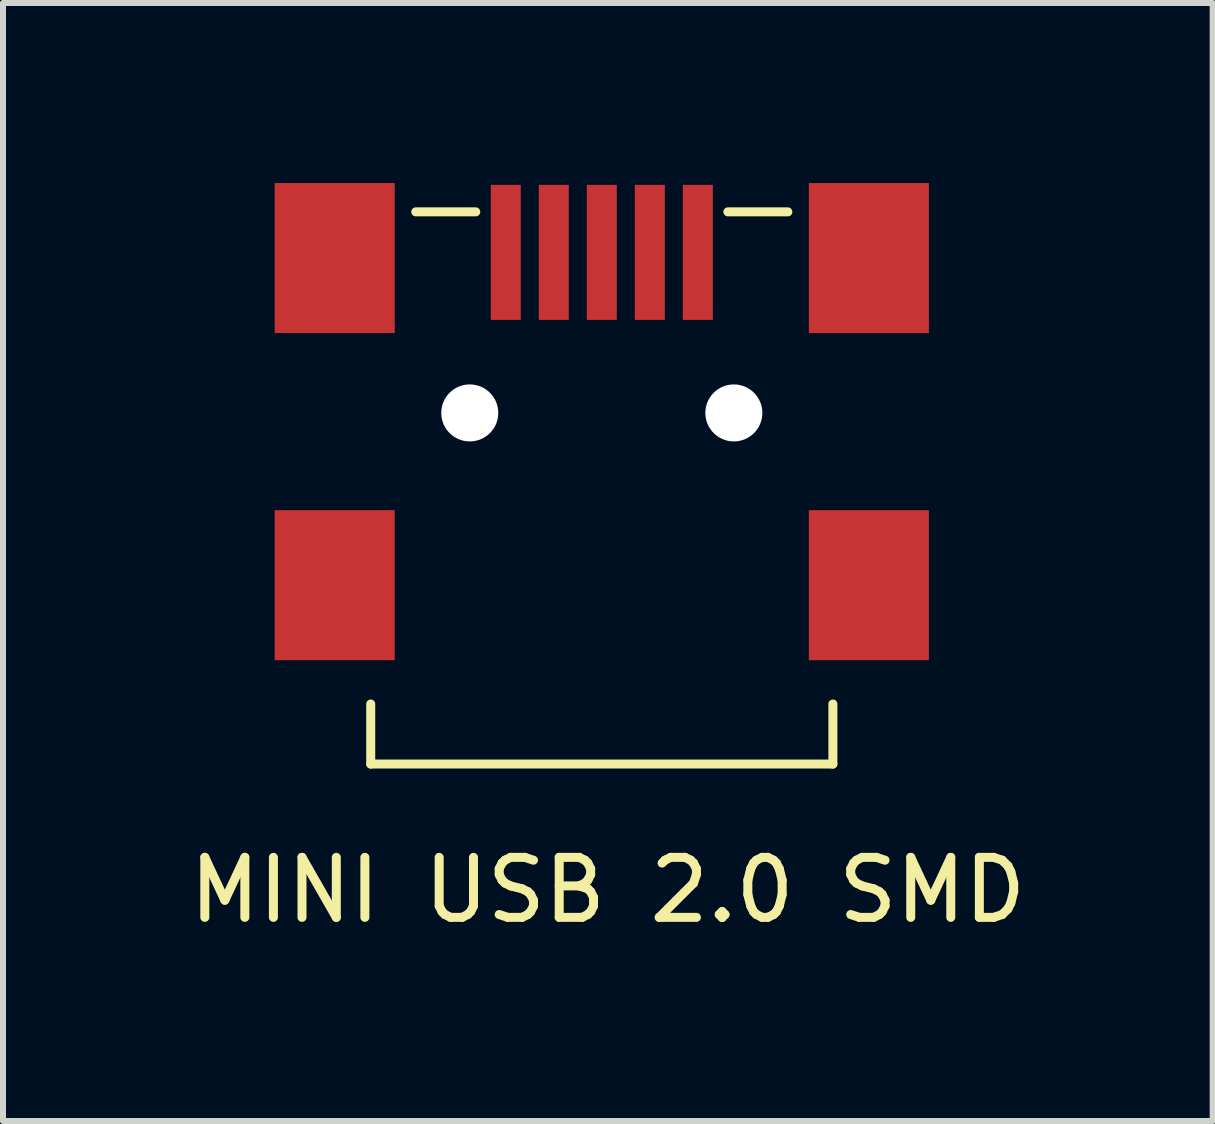
<source format=kicad_pcb>
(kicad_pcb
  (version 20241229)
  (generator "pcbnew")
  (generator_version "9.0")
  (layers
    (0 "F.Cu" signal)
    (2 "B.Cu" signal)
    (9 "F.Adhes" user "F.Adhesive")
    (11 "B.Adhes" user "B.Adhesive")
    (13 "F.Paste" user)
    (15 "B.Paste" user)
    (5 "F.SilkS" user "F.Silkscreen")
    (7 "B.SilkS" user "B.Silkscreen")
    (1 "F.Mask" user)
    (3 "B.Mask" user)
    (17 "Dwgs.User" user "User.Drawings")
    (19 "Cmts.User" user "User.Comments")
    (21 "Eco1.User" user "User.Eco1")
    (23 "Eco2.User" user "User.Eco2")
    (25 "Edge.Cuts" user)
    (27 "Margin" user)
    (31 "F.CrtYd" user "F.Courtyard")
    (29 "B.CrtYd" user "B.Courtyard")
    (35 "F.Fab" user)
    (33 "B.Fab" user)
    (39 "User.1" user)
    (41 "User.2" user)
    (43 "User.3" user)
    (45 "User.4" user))
  (footprint "MINI USB 2.0 SMD"
    (layer "F.Cu")
    (at 6.977 9.68)
    (property "Reference" "MINI USB 2.0 SMD" (at 0.1 2.1 0) (layer "F.SilkS") (effects (font (size 1 1) (thickness 0.15))))
    (attr through_hole)
    (fp_line (start -3.85 0) (end -3.85 -1) (stroke (width 0.15) (type solid)) (layer "F.SilkS"))
    (fp_line (start -3.1 -9.2) (end -2.1 -9.2) (stroke (width 0.15) (type solid)) (layer "F.SilkS"))
    (fp_line (start 2.1 -9.2) (end 3.1 -9.2) (stroke (width 0.15) (type solid)) (layer "F.SilkS"))
    (fp_line (start 3.85 0) (end -3.85 0) (stroke (width 0.15) (type solid)) (layer "F.SilkS"))
    (fp_line (start 3.85 0) (end 3.85 -1) (stroke (width 0.15) (type solid)) (layer "F.SilkS"))
    (pad "" np_thru_hole circle (at -2.2 -5.85) (size 0.95 0.95) (drill 0.95) (layers "*.Cu"))
    (pad "" np_thru_hole circle (at 2.2 -5.85) (size 0.95 0.95) (drill 0.95) (layers "*.Cu"))
    (pad "1" smd rect (at -1.6 -8.525) (size 0.5 2.25) (layers "F.Cu" "F.Mask" "F.Paste"))
    (pad "2" smd rect (at -0.8 -8.525) (size 0.5 2.25) (layers "F.Cu" "F.Mask" "F.Paste"))
    (pad "3" smd rect (at 0 -8.525) (size 0.5 2.25) (layers "F.Cu" "F.Mask" "F.Paste"))
    (pad "4" smd rect (at 0.8 -8.525) (size 0.5 2.25) (layers "F.Cu" "F.Mask" "F.Paste"))
    (pad "5" smd rect (at 1.6 -8.525) (size 0.5 2.25) (layers "F.Cu" "F.Mask" "F.Paste"))
    (pad "6" smd rect (at -4.45 -8.43) (size 2 2.5) (layers "F.Cu" "F.Mask" "F.Paste"))
    (pad "7" smd rect (at -4.45 -2.98) (size 2 2.5) (layers "F.Cu" "F.Mask" "F.Paste"))
    (pad "8" smd rect (at 4.45 -2.98) (size 2 2.5) (layers "F.Cu" "F.Mask" "F.Paste"))
    (pad "9" smd rect (at 4.45 -8.43) (size 2 2.5) (layers "F.Cu" "F.Mask" "F.Paste")))
  (gr_rect
    (start -3 -3)
    (end 17.155 15.628)
    (stroke (width 0.1) (type default))
    (fill no)
    (layer "Edge.Cuts")))
</source>
